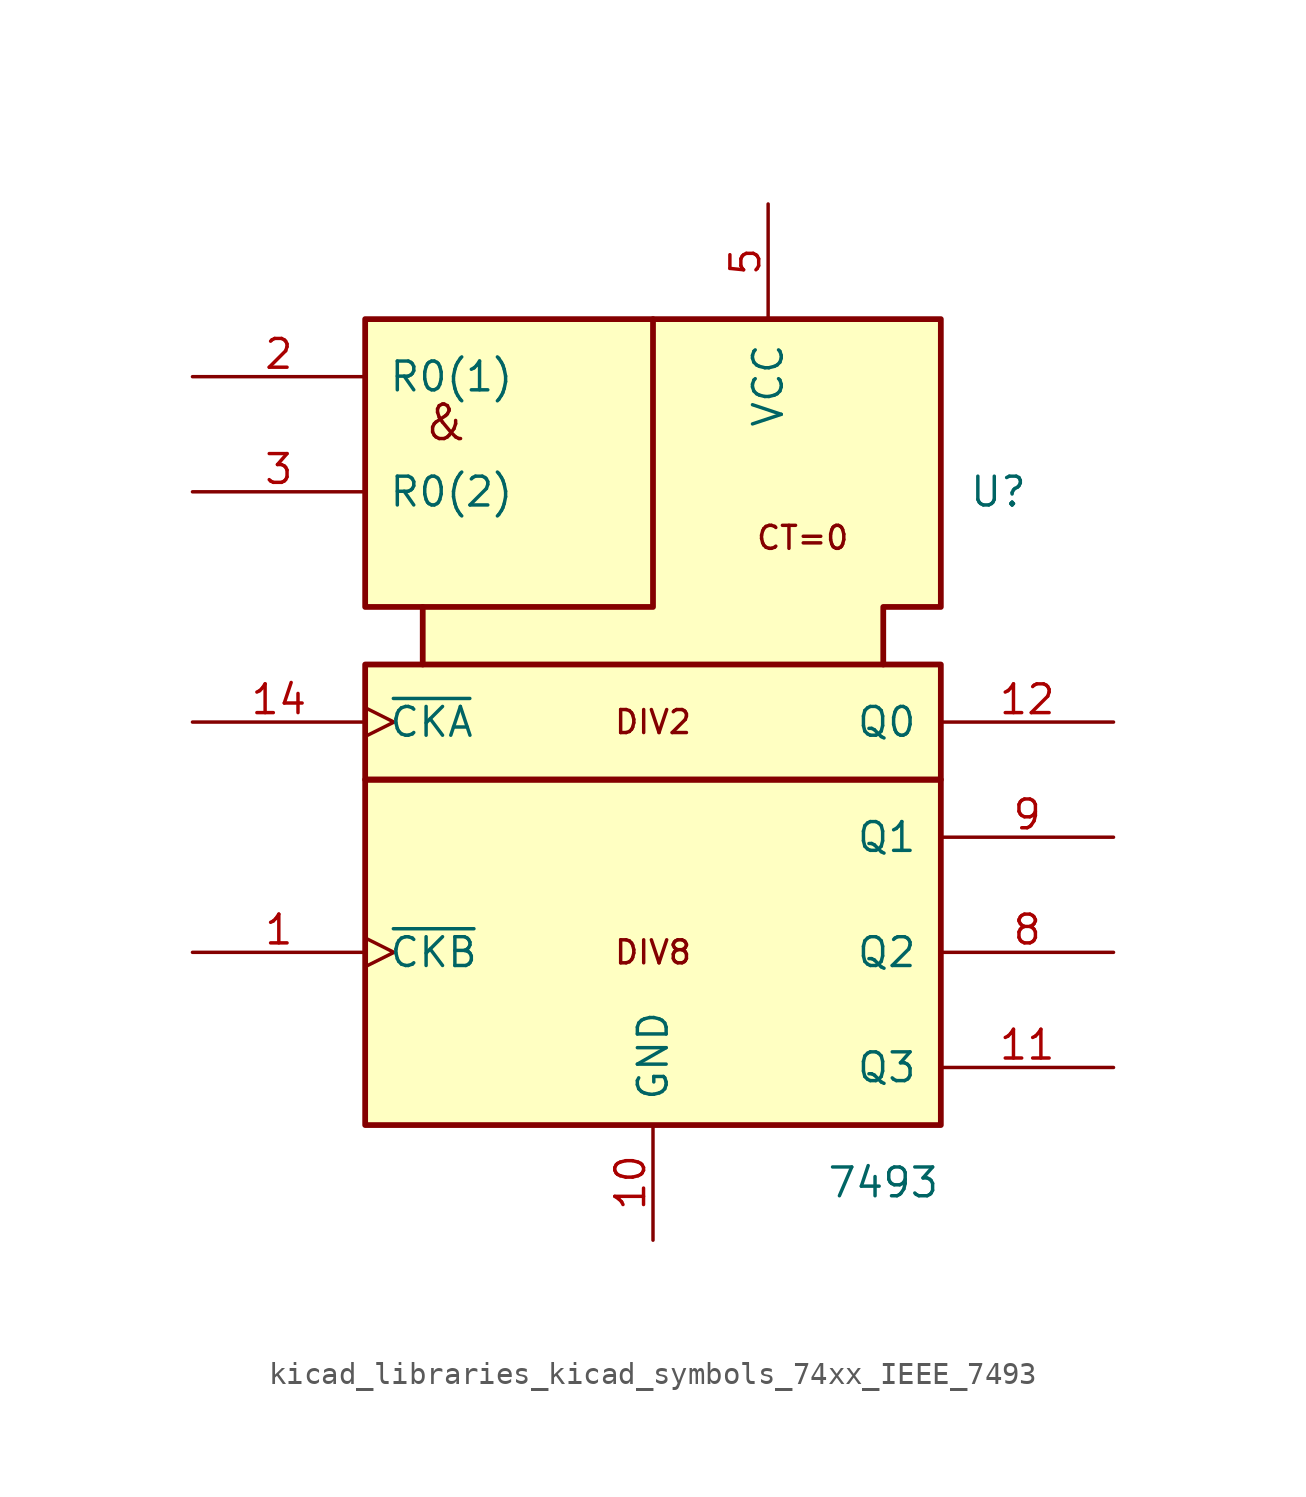
<source format=kicad_sym>
(kicad_symbol_lib
  (version 20220914)
  (generator kicad_symbol_editor)
  (symbol "kicad_libraries_kicad_symbols_74xx_IEEE_7493"
    (pin_names
      (offset 1.016))
    (property "Reference" "U"
      (at 15.24 10.16 0)
      (effects (font (size 1.27 1.27))))
    (property "Value" "7493"
      (at 10.16 -20.32 0)
      (effects (font (size 1.27 1.27))))
    (symbol "kicad_libraries_kicad_symbols_74xx_IEEE_7493_0_0"
      (rectangle (start -12.7 -2.54) (end 12.7 -17.78) (stroke (width 0.254) (type default)) (fill (type background)))
      (rectangle (start -12.7 2.54) (end 12.7 -2.54) (stroke (width 0.254) (type default)) (fill (type background)))
      (polyline (pts (xy 0 17.78) (xy 0 5.08) (xy -10.16 5.08) (xy -10.16 5.08)) (stroke (width 0.254) (type default)) (fill (type background)))
      (polyline (pts (xy -10.16 2.54) (xy -10.16 5.08) (xy -12.7 5.08) (xy -12.7 17.78) (xy 12.7 17.78) (xy 12.7 5.08) (xy 10.16 5.08) (xy 10.16 2.54) (xy 10.16 2.54)) (stroke (width 0.254) (type default)) (fill (type background)))
      (text "&" (at -9.144 13.208 0) (effects (font (size 1.524 1.524))))
      (text "CT=0" (at 6.604 8.128 0) (effects (font (size 1.016 1.016))))
      (text "DIV2" (at 0 0 0) (effects (font (size 1.016 1.016))))
      (text "DIV8" (at 0 -10.16 0) (effects (font (size 1.016 1.016))))
      (pin power_in line (at 0 -22.86 90) (length 5.08) (name "GND" (effects (font (size 1.27 1.27)))) (number "10" (effects (font (size 1.27 1.27)))))
      (pin power_in line (at 5.08 22.86 270) (length 5.08) (name "VCC" (effects (font (size 1.27 1.27)))) (number "5" (effects (font (size 1.27 1.27))))))
    (symbol "kicad_libraries_kicad_symbols_74xx_IEEE_7493_1_1"
      (pin input clock (at -20.32 -10.16 0) (length 7.62) (name "~{CKB}" (effects (font (size 1.27 1.27)))) (number "1" (effects (font (size 1.27 1.27)))))
      (pin output line (at 20.32 -15.24 180) (length 7.62) (name "Q3" (effects (font (size 1.27 1.27)))) (number "11" (effects (font (size 1.27 1.27)))))
      (pin output line (at 20.32 0 180) (length 7.62) (name "Q0" (effects (font (size 1.27 1.27)))) (number "12" (effects (font (size 1.27 1.27)))))
      (pin input clock (at -20.32 0 0) (length 7.62) (name "~{CKA}" (effects (font (size 1.27 1.27)))) (number "14" (effects (font (size 1.27 1.27)))))
      (pin input line (at -20.32 15.24 0) (length 7.62) (name "R0(1)" (effects (font (size 1.27 1.27)))) (number "2" (effects (font (size 1.27 1.27)))))
      (pin input line (at -20.32 10.16 0) (length 7.62) (name "R0(2)" (effects (font (size 1.27 1.27)))) (number "3" (effects (font (size 1.27 1.27)))))
      (pin output line (at 20.32 -10.16 180) (length 7.62) (name "Q2" (effects (font (size 1.27 1.27)))) (number "8" (effects (font (size 1.27 1.27)))))
      (pin output line (at 20.32 -5.08 180) (length 7.62) (name "Q1" (effects (font (size 1.27 1.27)))) (number "9" (effects (font (size 1.27 1.27))))))))
</source>
